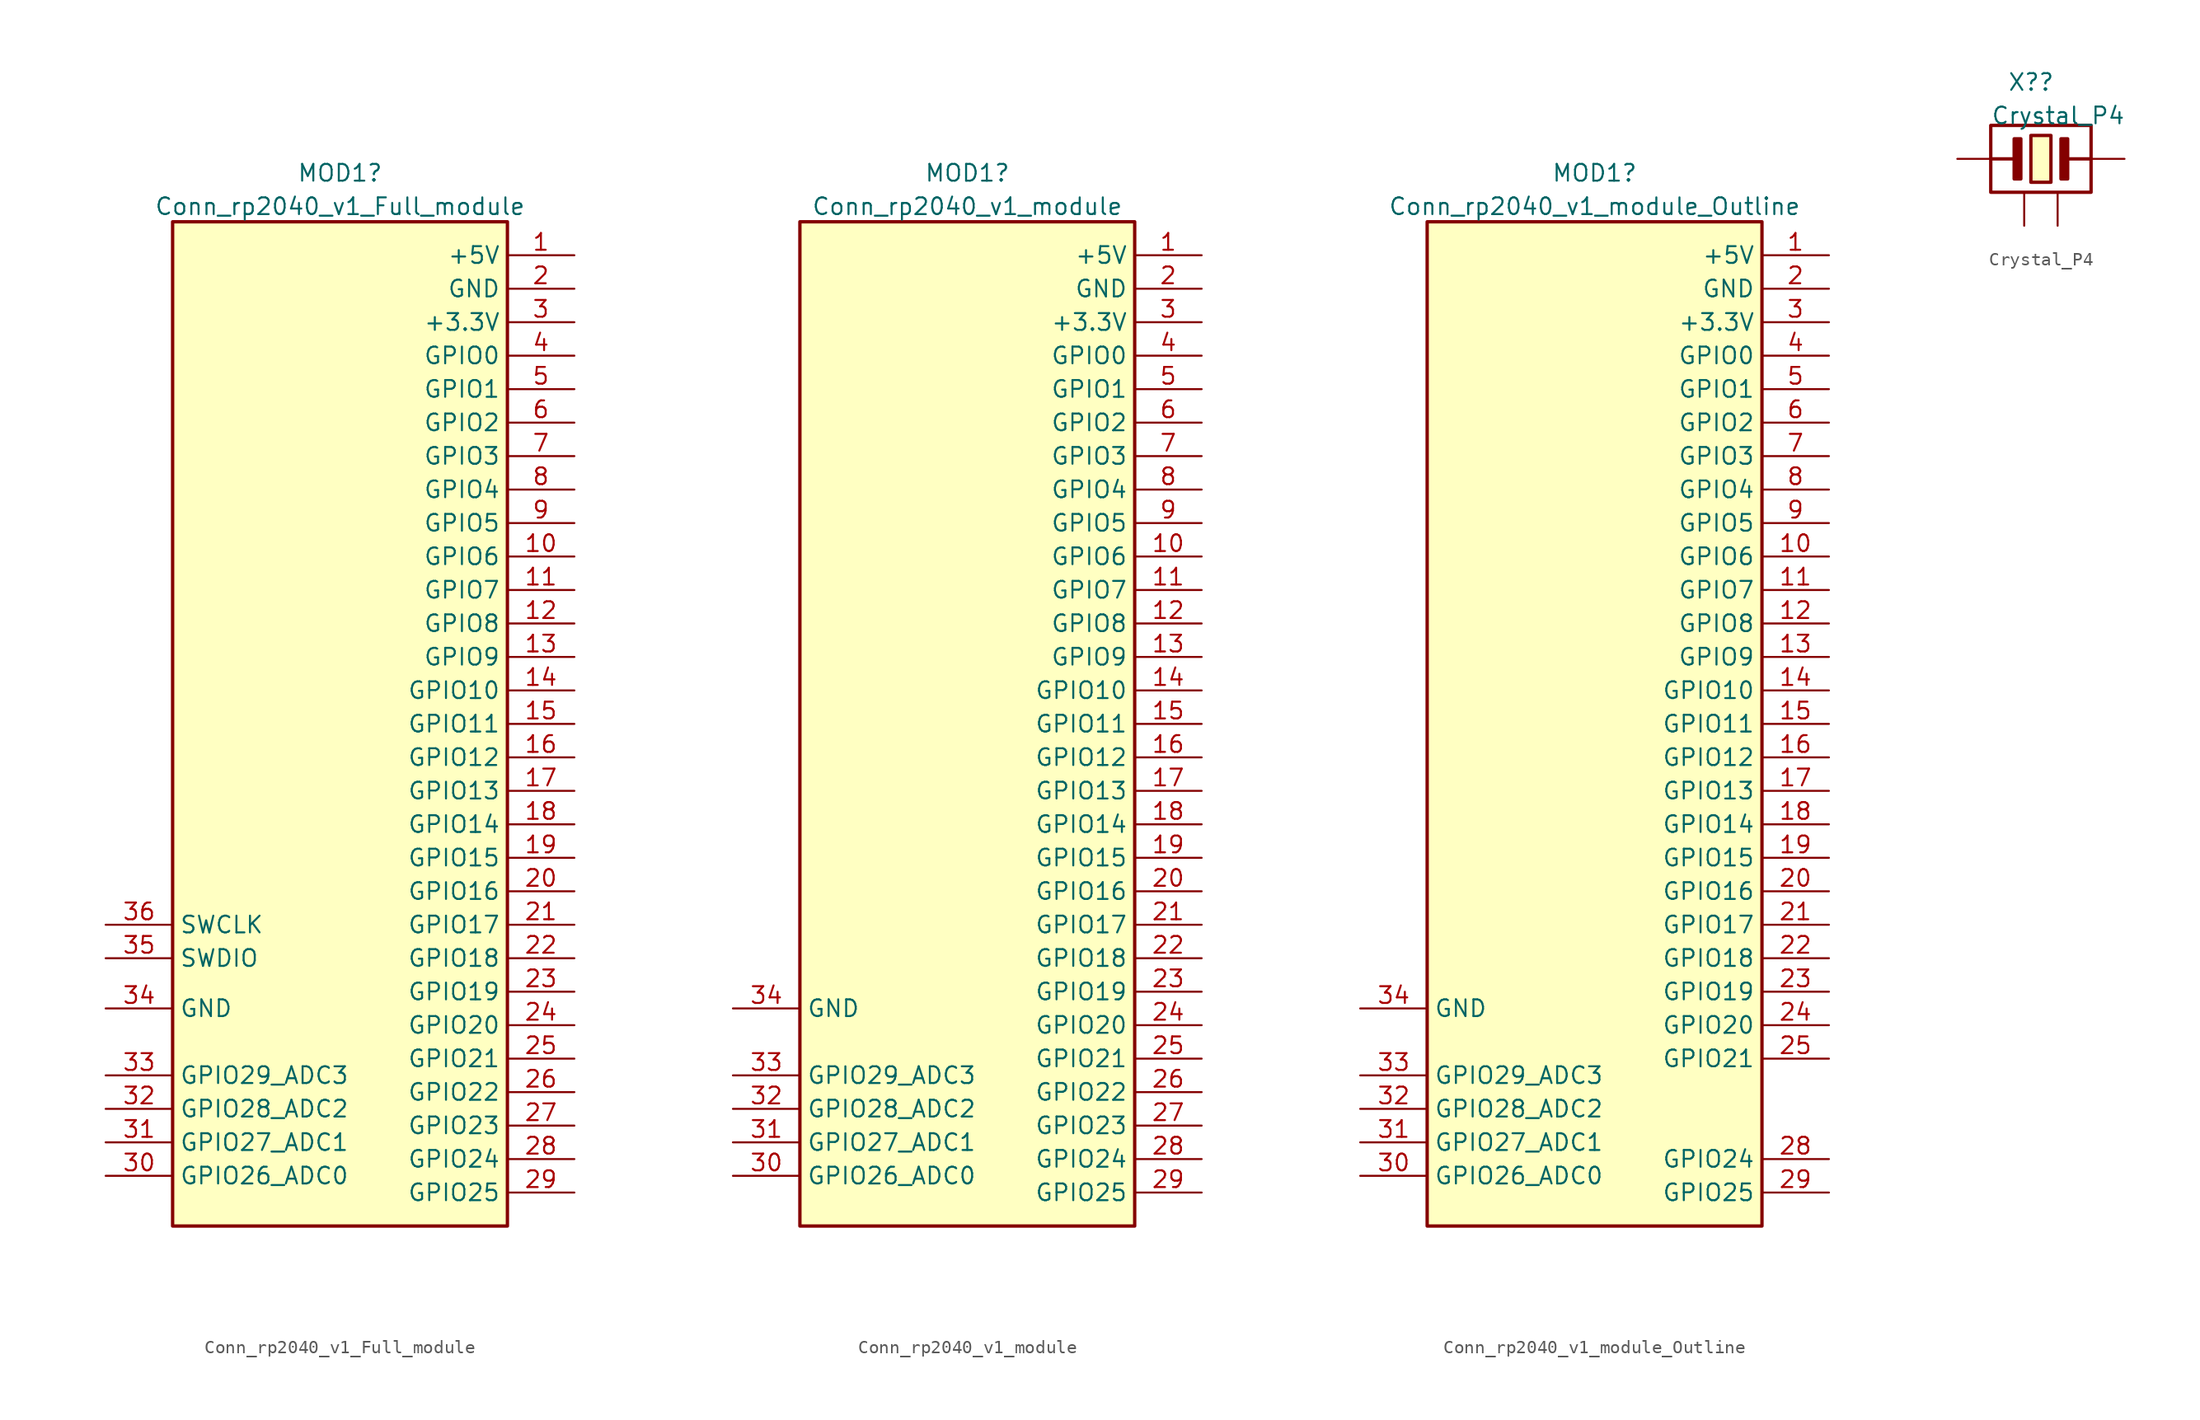
<source format=kicad_sym>
(kicad_symbol_lib
  (version 20220914)
  (generator kicad_symbol_editor)
  (symbol "Conn_rp2040_v1_Full_module"
    (property "Reference" "MOD1"
      (at 12.7 3.7 0)
      (effects (font (size 1.27 1.27))))
    (property "Value" "Conn_rp2040_v1_Full_module"
      (at 12.7 1.163 0)
      (effects (font (size 1.27 1.27))))
    (symbol "Conn_rp2040_v1_Full_module_1_0"
      (rectangle (start 0 0) (end 25.4 -76.2) (stroke (width 0.254) (type default)) (fill (type background)))
      (pin power_in line (at 30.48 -2.54 180) (length 5.08) (name "+5V" (effects (font (size 1.27 1.27)))) (number "1" (effects (font (size 1.27 1.27)))))
      (pin bidirectional line (at 30.48 -25.4 180) (length 5.08) (name "GPIO6" (effects (font (size 1.27 1.27)))) (number "10" (effects (font (size 1.27 1.27)))))
      (pin bidirectional line (at 30.48 -27.94 180) (length 5.08) (name "GPIO7" (effects (font (size 1.27 1.27)))) (number "11" (effects (font (size 1.27 1.27)))))
      (pin bidirectional line (at 30.48 -30.48 180) (length 5.08) (name "GPIO8" (effects (font (size 1.27 1.27)))) (number "12" (effects (font (size 1.27 1.27)))))
      (pin bidirectional line (at 30.48 -33.02 180) (length 5.08) (name "GPIO9" (effects (font (size 1.27 1.27)))) (number "13" (effects (font (size 1.27 1.27)))))
      (pin bidirectional line (at 30.48 -35.56 180) (length 5.08) (name "GPIO10" (effects (font (size 1.27 1.27)))) (number "14" (effects (font (size 1.27 1.27)))))
      (pin bidirectional line (at 30.48 -38.1 180) (length 5.08) (name "GPIO11" (effects (font (size 1.27 1.27)))) (number "15" (effects (font (size 1.27 1.27)))))
      (pin bidirectional line (at 30.48 -40.64 180) (length 5.08) (name "GPIO12" (effects (font (size 1.27 1.27)))) (number "16" (effects (font (size 1.27 1.27)))))
      (pin bidirectional line (at 30.48 -43.18 180) (length 5.08) (name "GPIO13" (effects (font (size 1.27 1.27)))) (number "17" (effects (font (size 1.27 1.27)))))
      (pin bidirectional line (at 30.48 -45.72 180) (length 5.08) (name "GPIO14" (effects (font (size 1.27 1.27)))) (number "18" (effects (font (size 1.27 1.27)))))
      (pin bidirectional line (at 30.48 -48.26 180) (length 5.08) (name "GPIO15" (effects (font (size 1.27 1.27)))) (number "19" (effects (font (size 1.27 1.27)))))
      (pin passive line (at 30.48 -5.08 180) (length 5.08) (name "GND" (effects (font (size 1.27 1.27)))) (number "2" (effects (font (size 1.27 1.27)))))
      (pin bidirectional line (at 30.48 -50.8 180) (length 5.08) (name "GPIO16" (effects (font (size 1.27 1.27)))) (number "20" (effects (font (size 1.27 1.27)))))
      (pin bidirectional line (at 30.48 -53.34 180) (length 5.08) (name "GPIO17" (effects (font (size 1.27 1.27)))) (number "21" (effects (font (size 1.27 1.27)))))
      (pin bidirectional line (at 30.48 -55.88 180) (length 5.08) (name "GPIO18" (effects (font (size 1.27 1.27)))) (number "22" (effects (font (size 1.27 1.27)))))
      (pin bidirectional line (at 30.48 -58.42 180) (length 5.08) (name "GPIO19" (effects (font (size 1.27 1.27)))) (number "23" (effects (font (size 1.27 1.27)))))
      (pin bidirectional line (at 30.48 -60.96 180) (length 5.08) (name "GPIO20" (effects (font (size 1.27 1.27)))) (number "24" (effects (font (size 1.27 1.27)))))
      (pin bidirectional line (at 30.48 -63.5 180) (length 5.08) (name "GPIO21" (effects (font (size 1.27 1.27)))) (number "25" (effects (font (size 1.27 1.27)))))
      (pin bidirectional line (at 30.48 -66.04 180) (length 5.08) (name "GPIO22" (effects (font (size 1.27 1.27)))) (number "26" (effects (font (size 1.27 1.27)))))
      (pin bidirectional line (at 30.48 -68.58 180) (length 5.08) (name "GPIO23" (effects (font (size 1.27 1.27)))) (number "27" (effects (font (size 1.27 1.27)))))
      (pin bidirectional line (at 30.48 -71.12 180) (length 5.08) (name "GPIO24" (effects (font (size 1.27 1.27)))) (number "28" (effects (font (size 1.27 1.27)))))
      (pin bidirectional line (at 30.48 -73.66 180) (length 5.08) (name "GPIO25" (effects (font (size 1.27 1.27)))) (number "29" (effects (font (size 1.27 1.27)))))
      (pin passive line (at 30.48 -7.62 180) (length 5.08) (name "+3.3V" (effects (font (size 1.27 1.27)))) (number "3" (effects (font (size 1.27 1.27)))))
      (pin bidirectional line (at -5.08 -72.39 0) (length 5.08) (name "GPIO26_ADC0" (effects (font (size 1.27 1.27)))) (number "30" (effects (font (size 1.27 1.27)))))
      (pin bidirectional line (at -5.08 -69.85 0) (length 5.08) (name "GPIO27_ADC1" (effects (font (size 1.27 1.27)))) (number "31" (effects (font (size 1.27 1.27)))))
      (pin bidirectional line (at -5.08 -67.31 0) (length 5.08) (name "GPIO28_ADC2" (effects (font (size 1.27 1.27)))) (number "32" (effects (font (size 1.27 1.27)))))
      (pin bidirectional line (at -5.08 -64.77 0) (length 5.08) (name "GPIO29_ADC3" (effects (font (size 1.27 1.27)))) (number "33" (effects (font (size 1.27 1.27)))))
      (pin passive line (at -5.08 -59.69 0) (length 5.08) (name "GND" (effects (font (size 1.27 1.27)))) (number "34" (effects (font (size 1.27 1.27)))))
      (pin bidirectional line (at -5.08 -55.88 0) (length 5.08) (name "SWDIO" (effects (font (size 1.27 1.27)))) (number "35" (effects (font (size 1.27 1.27)))))
      (pin bidirectional line (at -5.08 -53.34 0) (length 5.08) (name "SWCLK" (effects (font (size 1.27 1.27)))) (number "36" (effects (font (size 1.27 1.27)))))
      (pin bidirectional line (at 30.48 -10.16 180) (length 5.08) (name "GPIO0" (effects (font (size 1.27 1.27)))) (number "4" (effects (font (size 1.27 1.27)))))
      (pin bidirectional line (at 30.48 -12.7 180) (length 5.08) (name "GPIO1" (effects (font (size 1.27 1.27)))) (number "5" (effects (font (size 1.27 1.27)))))
      (pin bidirectional line (at 30.48 -15.24 180) (length 5.08) (name "GPIO2" (effects (font (size 1.27 1.27)))) (number "6" (effects (font (size 1.27 1.27)))))
      (pin bidirectional line (at 30.48 -17.78 180) (length 5.08) (name "GPIO3" (effects (font (size 1.27 1.27)))) (number "7" (effects (font (size 1.27 1.27)))))
      (pin bidirectional line (at 30.48 -20.32 180) (length 5.08) (name "GPIO4" (effects (font (size 1.27 1.27)))) (number "8" (effects (font (size 1.27 1.27)))))
      (pin bidirectional line (at 30.48 -22.86 180) (length 5.08) (name "GPIO5" (effects (font (size 1.27 1.27)))) (number "9" (effects (font (size 1.27 1.27)))))))
  (symbol "Conn_rp2040_v1_module"
    (property "Reference" "MOD1"
      (at 12.7 3.7 0)
      (effects (font (size 1.27 1.27))))
    (property "Value" "Conn_rp2040_v1_module"
      (at 12.7 1.163 0)
      (effects (font (size 1.27 1.27))))
    (symbol "Conn_rp2040_v1_module_1_0"
      (rectangle (start 0 0) (end 25.4 -76.2) (stroke (width 0.254) (type default)) (fill (type background)))
      (pin power_in line (at 30.48 -2.54 180) (length 5.08) (name "+5V" (effects (font (size 1.27 1.27)))) (number "1" (effects (font (size 1.27 1.27)))))
      (pin bidirectional line (at 30.48 -25.4 180) (length 5.08) (name "GPIO6" (effects (font (size 1.27 1.27)))) (number "10" (effects (font (size 1.27 1.27)))))
      (pin bidirectional line (at 30.48 -27.94 180) (length 5.08) (name "GPIO7" (effects (font (size 1.27 1.27)))) (number "11" (effects (font (size 1.27 1.27)))))
      (pin bidirectional line (at 30.48 -30.48 180) (length 5.08) (name "GPIO8" (effects (font (size 1.27 1.27)))) (number "12" (effects (font (size 1.27 1.27)))))
      (pin bidirectional line (at 30.48 -33.02 180) (length 5.08) (name "GPIO9" (effects (font (size 1.27 1.27)))) (number "13" (effects (font (size 1.27 1.27)))))
      (pin bidirectional line (at 30.48 -35.56 180) (length 5.08) (name "GPIO10" (effects (font (size 1.27 1.27)))) (number "14" (effects (font (size 1.27 1.27)))))
      (pin bidirectional line (at 30.48 -38.1 180) (length 5.08) (name "GPIO11" (effects (font (size 1.27 1.27)))) (number "15" (effects (font (size 1.27 1.27)))))
      (pin bidirectional line (at 30.48 -40.64 180) (length 5.08) (name "GPIO12" (effects (font (size 1.27 1.27)))) (number "16" (effects (font (size 1.27 1.27)))))
      (pin bidirectional line (at 30.48 -43.18 180) (length 5.08) (name "GPIO13" (effects (font (size 1.27 1.27)))) (number "17" (effects (font (size 1.27 1.27)))))
      (pin bidirectional line (at 30.48 -45.72 180) (length 5.08) (name "GPIO14" (effects (font (size 1.27 1.27)))) (number "18" (effects (font (size 1.27 1.27)))))
      (pin bidirectional line (at 30.48 -48.26 180) (length 5.08) (name "GPIO15" (effects (font (size 1.27 1.27)))) (number "19" (effects (font (size 1.27 1.27)))))
      (pin passive line (at 30.48 -5.08 180) (length 5.08) (name "GND" (effects (font (size 1.27 1.27)))) (number "2" (effects (font (size 1.27 1.27)))))
      (pin bidirectional line (at 30.48 -50.8 180) (length 5.08) (name "GPIO16" (effects (font (size 1.27 1.27)))) (number "20" (effects (font (size 1.27 1.27)))))
      (pin bidirectional line (at 30.48 -53.34 180) (length 5.08) (name "GPIO17" (effects (font (size 1.27 1.27)))) (number "21" (effects (font (size 1.27 1.27)))))
      (pin bidirectional line (at 30.48 -55.88 180) (length 5.08) (name "GPIO18" (effects (font (size 1.27 1.27)))) (number "22" (effects (font (size 1.27 1.27)))))
      (pin bidirectional line (at 30.48 -58.42 180) (length 5.08) (name "GPIO19" (effects (font (size 1.27 1.27)))) (number "23" (effects (font (size 1.27 1.27)))))
      (pin bidirectional line (at 30.48 -60.96 180) (length 5.08) (name "GPIO20" (effects (font (size 1.27 1.27)))) (number "24" (effects (font (size 1.27 1.27)))))
      (pin bidirectional line (at 30.48 -63.5 180) (length 5.08) (name "GPIO21" (effects (font (size 1.27 1.27)))) (number "25" (effects (font (size 1.27 1.27)))))
      (pin bidirectional line (at 30.48 -66.04 180) (length 5.08) (name "GPIO22" (effects (font (size 1.27 1.27)))) (number "26" (effects (font (size 1.27 1.27)))))
      (pin bidirectional line (at 30.48 -68.58 180) (length 5.08) (name "GPIO23" (effects (font (size 1.27 1.27)))) (number "27" (effects (font (size 1.27 1.27)))))
      (pin bidirectional line (at 30.48 -71.12 180) (length 5.08) (name "GPIO24" (effects (font (size 1.27 1.27)))) (number "28" (effects (font (size 1.27 1.27)))))
      (pin bidirectional line (at 30.48 -73.66 180) (length 5.08) (name "GPIO25" (effects (font (size 1.27 1.27)))) (number "29" (effects (font (size 1.27 1.27)))))
      (pin passive line (at 30.48 -7.62 180) (length 5.08) (name "+3.3V" (effects (font (size 1.27 1.27)))) (number "3" (effects (font (size 1.27 1.27)))))
      (pin bidirectional line (at -5.08 -72.39 0) (length 5.08) (name "GPIO26_ADC0" (effects (font (size 1.27 1.27)))) (number "30" (effects (font (size 1.27 1.27)))))
      (pin bidirectional line (at -5.08 -69.85 0) (length 5.08) (name "GPIO27_ADC1" (effects (font (size 1.27 1.27)))) (number "31" (effects (font (size 1.27 1.27)))))
      (pin bidirectional line (at -5.08 -67.31 0) (length 5.08) (name "GPIO28_ADC2" (effects (font (size 1.27 1.27)))) (number "32" (effects (font (size 1.27 1.27)))))
      (pin bidirectional line (at -5.08 -64.77 0) (length 5.08) (name "GPIO29_ADC3" (effects (font (size 1.27 1.27)))) (number "33" (effects (font (size 1.27 1.27)))))
      (pin passive line (at -5.08 -59.69 0) (length 5.08) (name "GND" (effects (font (size 1.27 1.27)))) (number "34" (effects (font (size 1.27 1.27)))))
      (pin bidirectional line (at 30.48 -10.16 180) (length 5.08) (name "GPIO0" (effects (font (size 1.27 1.27)))) (number "4" (effects (font (size 1.27 1.27)))))
      (pin bidirectional line (at 30.48 -12.7 180) (length 5.08) (name "GPIO1" (effects (font (size 1.27 1.27)))) (number "5" (effects (font (size 1.27 1.27)))))
      (pin bidirectional line (at 30.48 -15.24 180) (length 5.08) (name "GPIO2" (effects (font (size 1.27 1.27)))) (number "6" (effects (font (size 1.27 1.27)))))
      (pin bidirectional line (at 30.48 -17.78 180) (length 5.08) (name "GPIO3" (effects (font (size 1.27 1.27)))) (number "7" (effects (font (size 1.27 1.27)))))
      (pin bidirectional line (at 30.48 -20.32 180) (length 5.08) (name "GPIO4" (effects (font (size 1.27 1.27)))) (number "8" (effects (font (size 1.27 1.27)))))
      (pin bidirectional line (at 30.48 -22.86 180) (length 5.08) (name "GPIO5" (effects (font (size 1.27 1.27)))) (number "9" (effects (font (size 1.27 1.27)))))))
  (symbol "Conn_rp2040_v1_module_Outline"
    (property "Reference" "MOD1"
      (at 12.7 3.7 0)
      (effects (font (size 1.27 1.27))))
    (property "Value" "Conn_rp2040_v1_module_Outline"
      (at 12.7 1.163 0)
      (effects (font (size 1.27 1.27))))
    (symbol "Conn_rp2040_v1_module_Outline_1_0"
      (rectangle (start 0 0) (end 25.4 -76.2) (stroke (width 0.254) (type default)) (fill (type background)))
      (pin power_in line (at 30.48 -2.54 180) (length 5.08) (name "+5V" (effects (font (size 1.27 1.27)))) (number "1" (effects (font (size 1.27 1.27)))))
      (pin bidirectional line (at 30.48 -25.4 180) (length 5.08) (name "GPIO6" (effects (font (size 1.27 1.27)))) (number "10" (effects (font (size 1.27 1.27)))))
      (pin bidirectional line (at 30.48 -27.94 180) (length 5.08) (name "GPIO7" (effects (font (size 1.27 1.27)))) (number "11" (effects (font (size 1.27 1.27)))))
      (pin bidirectional line (at 30.48 -30.48 180) (length 5.08) (name "GPIO8" (effects (font (size 1.27 1.27)))) (number "12" (effects (font (size 1.27 1.27)))))
      (pin bidirectional line (at 30.48 -33.02 180) (length 5.08) (name "GPIO9" (effects (font (size 1.27 1.27)))) (number "13" (effects (font (size 1.27 1.27)))))
      (pin bidirectional line (at 30.48 -35.56 180) (length 5.08) (name "GPIO10" (effects (font (size 1.27 1.27)))) (number "14" (effects (font (size 1.27 1.27)))))
      (pin bidirectional line (at 30.48 -38.1 180) (length 5.08) (name "GPIO11" (effects (font (size 1.27 1.27)))) (number "15" (effects (font (size 1.27 1.27)))))
      (pin bidirectional line (at 30.48 -40.64 180) (length 5.08) (name "GPIO12" (effects (font (size 1.27 1.27)))) (number "16" (effects (font (size 1.27 1.27)))))
      (pin bidirectional line (at 30.48 -43.18 180) (length 5.08) (name "GPIO13" (effects (font (size 1.27 1.27)))) (number "17" (effects (font (size 1.27 1.27)))))
      (pin bidirectional line (at 30.48 -45.72 180) (length 5.08) (name "GPIO14" (effects (font (size 1.27 1.27)))) (number "18" (effects (font (size 1.27 1.27)))))
      (pin bidirectional line (at 30.48 -48.26 180) (length 5.08) (name "GPIO15" (effects (font (size 1.27 1.27)))) (number "19" (effects (font (size 1.27 1.27)))))
      (pin passive line (at 30.48 -5.08 180) (length 5.08) (name "GND" (effects (font (size 1.27 1.27)))) (number "2" (effects (font (size 1.27 1.27)))))
      (pin bidirectional line (at 30.48 -50.8 180) (length 5.08) (name "GPIO16" (effects (font (size 1.27 1.27)))) (number "20" (effects (font (size 1.27 1.27)))))
      (pin bidirectional line (at 30.48 -53.34 180) (length 5.08) (name "GPIO17" (effects (font (size 1.27 1.27)))) (number "21" (effects (font (size 1.27 1.27)))))
      (pin bidirectional line (at 30.48 -55.88 180) (length 5.08) (name "GPIO18" (effects (font (size 1.27 1.27)))) (number "22" (effects (font (size 1.27 1.27)))))
      (pin bidirectional line (at 30.48 -58.42 180) (length 5.08) (name "GPIO19" (effects (font (size 1.27 1.27)))) (number "23" (effects (font (size 1.27 1.27)))))
      (pin bidirectional line (at 30.48 -60.96 180) (length 5.08) (name "GPIO20" (effects (font (size 1.27 1.27)))) (number "24" (effects (font (size 1.27 1.27)))))
      (pin bidirectional line (at 30.48 -63.5 180) (length 5.08) (name "GPIO21" (effects (font (size 1.27 1.27)))) (number "25" (effects (font (size 1.27 1.27)))))
      (pin bidirectional line (at 30.48 -71.12 180) (length 5.08) (name "GPIO24" (effects (font (size 1.27 1.27)))) (number "28" (effects (font (size 1.27 1.27)))))
      (pin bidirectional line (at 30.48 -73.66 180) (length 5.08) (name "GPIO25" (effects (font (size 1.27 1.27)))) (number "29" (effects (font (size 1.27 1.27)))))
      (pin passive line (at 30.48 -7.62 180) (length 5.08) (name "+3.3V" (effects (font (size 1.27 1.27)))) (number "3" (effects (font (size 1.27 1.27)))))
      (pin bidirectional line (at -5.08 -72.39 0) (length 5.08) (name "GPIO26_ADC0" (effects (font (size 1.27 1.27)))) (number "30" (effects (font (size 1.27 1.27)))))
      (pin bidirectional line (at -5.08 -69.85 0) (length 5.08) (name "GPIO27_ADC1" (effects (font (size 1.27 1.27)))) (number "31" (effects (font (size 1.27 1.27)))))
      (pin bidirectional line (at -5.08 -67.31 0) (length 5.08) (name "GPIO28_ADC2" (effects (font (size 1.27 1.27)))) (number "32" (effects (font (size 1.27 1.27)))))
      (pin bidirectional line (at -5.08 -64.77 0) (length 5.08) (name "GPIO29_ADC3" (effects (font (size 1.27 1.27)))) (number "33" (effects (font (size 1.27 1.27)))))
      (pin passive line (at -5.08 -59.69 0) (length 5.08) (name "GND" (effects (font (size 1.27 1.27)))) (number "34" (effects (font (size 1.27 1.27)))))
      (pin bidirectional line (at 30.48 -10.16 180) (length 5.08) (name "GPIO0" (effects (font (size 1.27 1.27)))) (number "4" (effects (font (size 1.27 1.27)))))
      (pin bidirectional line (at 30.48 -12.7 180) (length 5.08) (name "GPIO1" (effects (font (size 1.27 1.27)))) (number "5" (effects (font (size 1.27 1.27)))))
      (pin bidirectional line (at 30.48 -15.24 180) (length 5.08) (name "GPIO2" (effects (font (size 1.27 1.27)))) (number "6" (effects (font (size 1.27 1.27)))))
      (pin bidirectional line (at 30.48 -17.78 180) (length 5.08) (name "GPIO3" (effects (font (size 1.27 1.27)))) (number "7" (effects (font (size 1.27 1.27)))))
      (pin bidirectional line (at 30.48 -20.32 180) (length 5.08) (name "GPIO4" (effects (font (size 1.27 1.27)))) (number "8" (effects (font (size 1.27 1.27)))))
      (pin bidirectional line (at 30.48 -22.86 180) (length 5.08) (name "GPIO5" (effects (font (size 1.27 1.27)))) (number "9" (effects (font (size 1.27 1.27)))))))
  (symbol "Crystal_P4"
    (property "Reference" "X?"
      (at 3.81 5.08 0)
      (effects (font (size 1.27 1.27)) (justify left bottom)))
    (property "Value" "Crystal_P4"
      (at 2.54 2.54 0)
      (effects (font (size 1.27 1.27)) (justify left bottom)))
    (symbol "Crystal_P4_1_0"
      (polyline (pts (xy 2.54 0) (xy 4.572 0)) (stroke (width 0.254) (type default)) (fill (type none)))
      (polyline (pts (xy 8.128 0) (xy 10.16 0)) (stroke (width 0.254) (type default)) (fill (type none)))
      (rectangle (start 4.826 1.524) (end 4.318 -1.524) (stroke (width 0.254) (type default)) (fill (type outline)))
      (rectangle (start 7.112 1.778) (end 5.588 -1.778) (stroke (width 0.254) (type default)) (fill (type background)))
      (rectangle (start 8.382 1.524) (end 7.874 -1.524) (stroke (width 0.254) (type default)) (fill (type outline)))
      (rectangle (start 10.16 2.54) (end 2.54 -2.54) (stroke (width 0.254) (type default)) (fill (type none)))
      (pin passive line (at 0 0 0) (length 2.54) (name "1" (effects (font (size 0 0)))) (number "1" (effects (font (size 0 0)))))
      (pin passive line (at 5.08 -5.08 90) (length 2.54) (name "2" (effects (font (size 0 0)))) (number "2" (effects (font (size 0 0)))))
      (pin passive line (at 12.7 0 180) (length 2.54) (name "3" (effects (font (size 0 0)))) (number "3" (effects (font (size 0 0)))))
      (pin passive line (at 7.62 -5.08 90) (length 2.54) (name "4" (effects (font (size 0 0)))) (number "4" (effects (font (size 0 0))))))))
</source>
